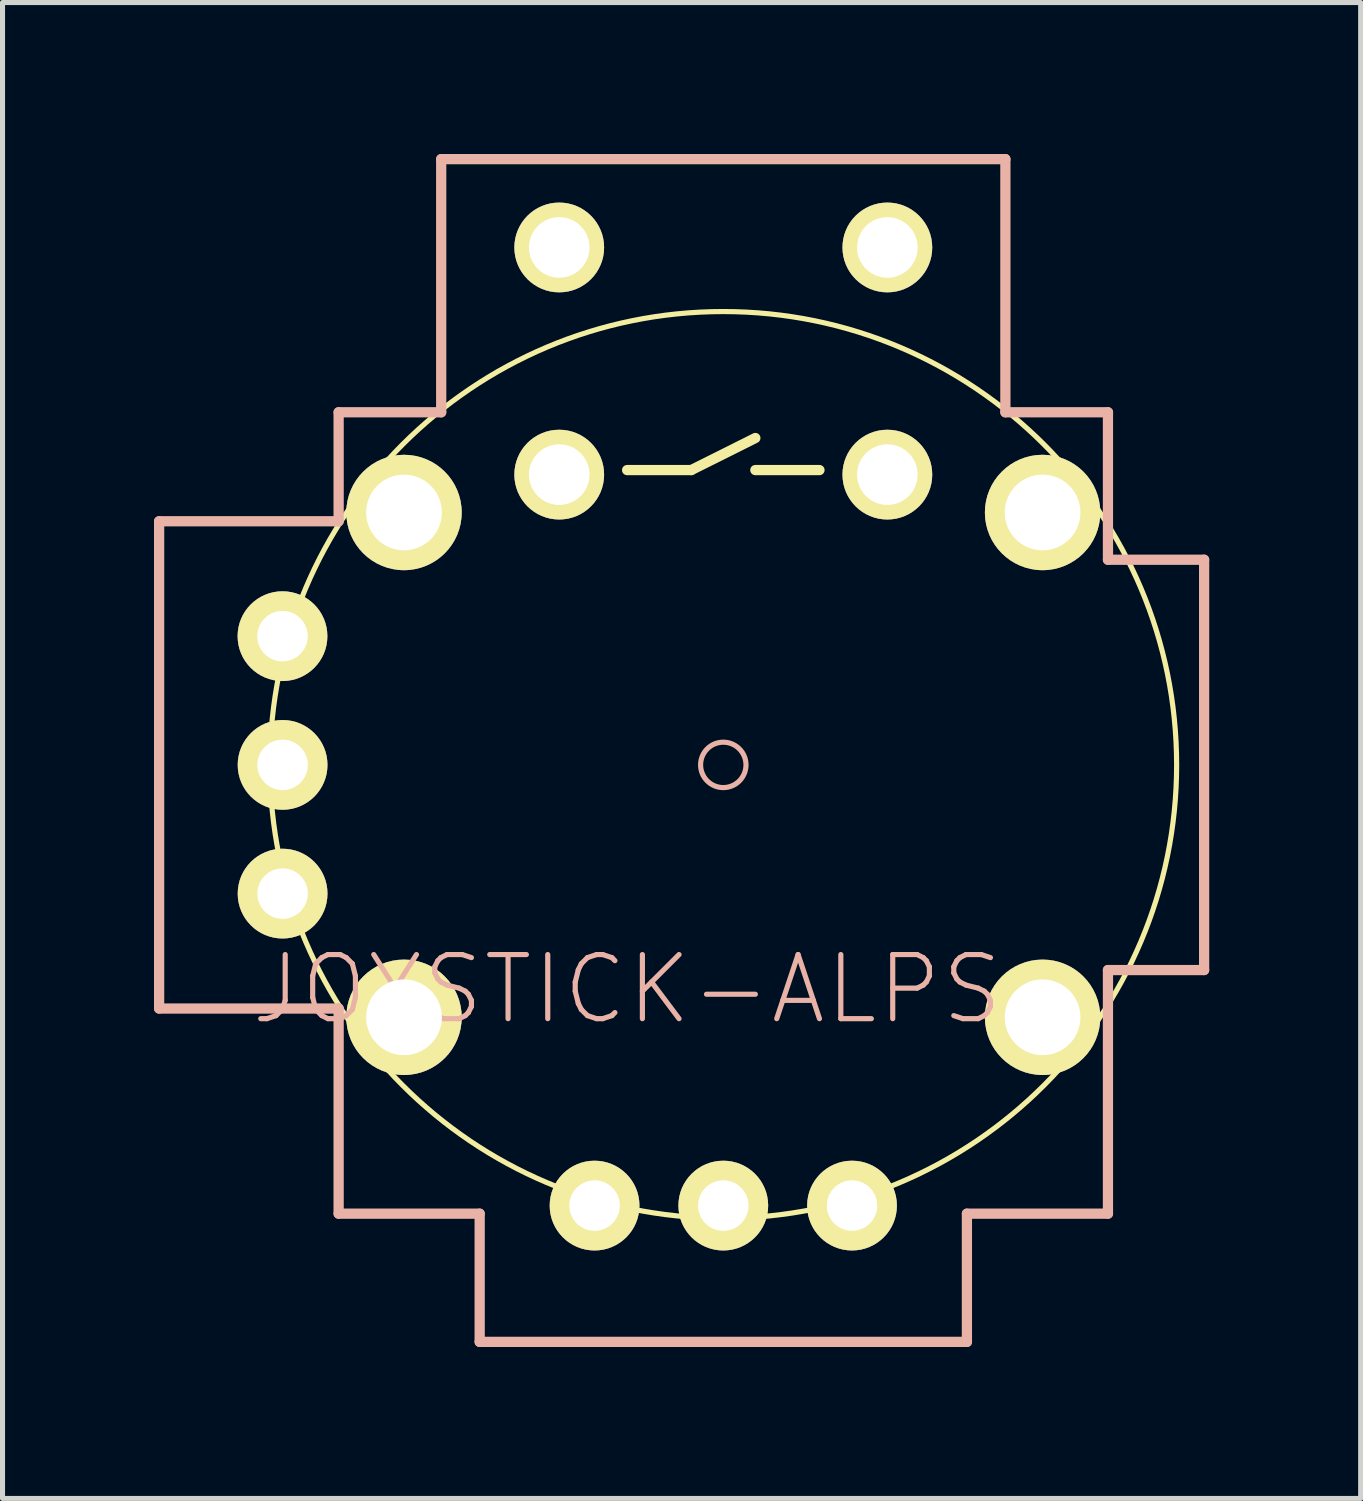
<source format=kicad_pcb>
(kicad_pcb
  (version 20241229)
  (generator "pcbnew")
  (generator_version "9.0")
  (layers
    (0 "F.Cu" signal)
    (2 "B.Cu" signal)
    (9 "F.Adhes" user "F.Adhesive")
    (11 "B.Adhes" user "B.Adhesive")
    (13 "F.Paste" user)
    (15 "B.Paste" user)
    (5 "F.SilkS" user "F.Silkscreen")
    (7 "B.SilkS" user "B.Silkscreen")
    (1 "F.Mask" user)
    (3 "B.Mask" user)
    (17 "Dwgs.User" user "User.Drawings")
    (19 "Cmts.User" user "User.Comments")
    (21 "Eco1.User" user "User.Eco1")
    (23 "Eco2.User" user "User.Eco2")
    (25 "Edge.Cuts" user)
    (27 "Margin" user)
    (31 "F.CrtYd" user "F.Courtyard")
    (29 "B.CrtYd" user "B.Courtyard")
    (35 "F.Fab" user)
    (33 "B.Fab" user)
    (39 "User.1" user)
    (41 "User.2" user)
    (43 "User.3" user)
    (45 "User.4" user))
  (footprint "JOYSTICK-ALPS"
    (layer "F.Cu")
    (at 11.278 12.102)
    (property "Reference" "JOYSTICK-ALPS" (at -1.905 4.445 0) (layer "B.SilkS") (effects (font (size 1.27 1.27) (thickness 0.102))))
    (attr exclude_from_pos_files exclude_from_bom)
    (fp_line (start -1.905 -5.84) (end -0.635 -5.84) (stroke (width 0.203) (type solid)) (layer "F.SilkS"))
    (fp_line (start -0.635 -5.84) (end 0.635 -6.475) (stroke (width 0.203) (type solid)) (layer "F.SilkS"))
    (fp_line (start 0.635 -5.84) (end 1.905 -5.84) (stroke (width 0.203) (type solid)) (layer "F.SilkS"))
    (fp_circle (center 0 0) (end -6.35 6.35) (stroke (width 0.102) (type solid)) (fill no) (layer "F.SilkS"))
    (fp_line (start -11.176 -4.826) (end -11.176 4.826) (stroke (width 0.203) (type solid)) (layer "B.SilkS"))
    (fp_line (start -7.62 -4.826) (end -11.176 -4.826) (stroke (width 0.203) (type solid)) (layer "B.SilkS"))
    (fp_line (start -7.62 -4.826) (end -7.62 -6.985) (stroke (width 0.203) (type solid)) (layer "B.SilkS"))
    (fp_line (start -7.62 4.826) (end -11.176 4.826) (stroke (width 0.203) (type solid)) (layer "B.SilkS"))
    (fp_line (start -7.62 4.826) (end -7.62 8.89) (stroke (width 0.203) (type solid)) (layer "B.SilkS"))
    (fp_line (start -5.588 -12) (end -5.588 -6.985) (stroke (width 0.203) (type solid)) (layer "B.SilkS"))
    (fp_line (start -5.588 -6.985) (end -7.62 -6.985) (stroke (width 0.203) (type solid)) (layer "B.SilkS"))
    (fp_line (start -4.826 8.89) (end -7.62 8.89) (stroke (width 0.203) (type solid)) (layer "B.SilkS"))
    (fp_line (start -4.826 11.43) (end -4.826 8.89) (stroke (width 0.203) (type solid)) (layer "B.SilkS"))
    (fp_line (start 4.826 8.89) (end 7.62 8.89) (stroke (width 0.203) (type solid)) (layer "B.SilkS"))
    (fp_line (start 4.826 11.43) (end -4.826 11.43) (stroke (width 0.203) (type solid)) (layer "B.SilkS"))
    (fp_line (start 4.826 11.43) (end 4.826 8.89) (stroke (width 0.203) (type solid)) (layer "B.SilkS"))
    (fp_line (start 5.588 -12) (end -5.588 -12) (stroke (width 0.203) (type solid)) (layer "B.SilkS"))
    (fp_line (start 5.588 -12) (end 5.588 -6.985) (stroke (width 0.203) (type solid)) (layer "B.SilkS"))
    (fp_line (start 7.62 -6.985) (end 5.588 -6.985) (stroke (width 0.203) (type solid)) (layer "B.SilkS"))
    (fp_line (start 7.62 -4.064) (end 7.62 -6.985) (stroke (width 0.203) (type solid)) (layer "B.SilkS"))
    (fp_line (start 7.62 -4.064) (end 9.525 -4.064) (stroke (width 0.203) (type solid)) (layer "B.SilkS"))
    (fp_line (start 7.62 4.064) (end 7.62 8.89) (stroke (width 0.203) (type solid)) (layer "B.SilkS"))
    (fp_line (start 7.62 4.064) (end 9.525 4.064) (stroke (width 0.203) (type solid)) (layer "B.SilkS"))
    (fp_line (start 9.525 -4.064) (end 9.525 4.064) (stroke (width 0.203) (type solid)) (layer "B.SilkS"))
    (fp_circle (center 0 0) (end -0.318 0.318) (stroke (width 0.102) (type solid)) (fill no) (layer "B.SilkS"))
    (pad "0" thru_hole circle (at -6.325 5) (size 2.286 2.286) (drill 1.5) (layers "*.Cu" "F.Mask" "F.SilkS" "F.Paste"))
    (pad "4" thru_hole circle (at -8.73 2.55) (size 1.778 1.778) (drill 1) (layers "*.Cu" "F.Mask" "F.SilkS" "F.Paste"))
    (pad "4" thru_hole circle (at 2.55 8.73) (size 1.778 1.778) (drill 1) (layers "*.Cu" "F.Mask" "F.SilkS" "F.Paste"))
    (pad "B1A" thru_hole circle (at -3.25 -10.25) (size 1.778 1.778) (drill 1.2) (layers "*.Cu" "F.Mask" "F.SilkS" "F.Paste"))
    (pad "B1B" thru_hole circle (at 3.25 -10.25) (size 1.778 1.778) (drill 1.2) (layers "*.Cu" "F.Mask" "F.SilkS" "F.Paste"))
    (pad "B2A" thru_hole circle (at -3.25 -5.75) (size 1.778 1.778) (drill 1.2) (layers "*.Cu" "F.Mask" "F.SilkS" "F.Paste"))
    (pad "B2B" thru_hole circle (at 3.25 -5.75) (size 1.778 1.778) (drill 1.2) (layers "*.Cu" "F.Mask" "F.SilkS" "F.Paste"))
    (pad "H1" thru_hole circle (at -2.55 8.73) (size 1.778 1.778) (drill 1) (layers "*.Cu" "F.Mask" "F.SilkS" "F.Paste"))
    (pad "H2" thru_hole circle (at 0 8.73) (size 1.778 1.778) (drill 1) (layers "*.Cu" "F.Mask" "F.SilkS" "F.Paste"))
    (pad "MOUN" thru_hole circle (at -6.325 -5) (size 2.286 2.286) (drill 1.5) (layers "*.Cu" "F.Mask" "F.SilkS" "F.Paste"))
    (pad "MOUN" thru_hole circle (at 6.325 -5) (size 2.286 2.286) (drill 1.5) (layers "*.Cu" "F.Mask" "F.SilkS" "F.Paste"))
    (pad "MOUN" thru_hole circle (at 6.325 5) (size 2.286 2.286) (drill 1.5) (layers "*.Cu" "F.Mask" "F.SilkS" "F.Paste"))
    (pad "V1" thru_hole circle (at -8.732 -2.55) (size 1.778 1.778) (drill 1) (layers "*.Cu" "F.Mask" "F.SilkS" "F.Paste"))
    (pad "V2" thru_hole circle (at -8.73 0) (size 1.778 1.778) (drill 1) (layers "*.Cu" "F.Mask" "F.SilkS" "F.Paste")))
  (gr_rect
    (start -3 -3)
    (end 23.904 26.633)
    (stroke (width 0.1) (type default))
    (fill no)
    (layer "Edge.Cuts")))
</source>
